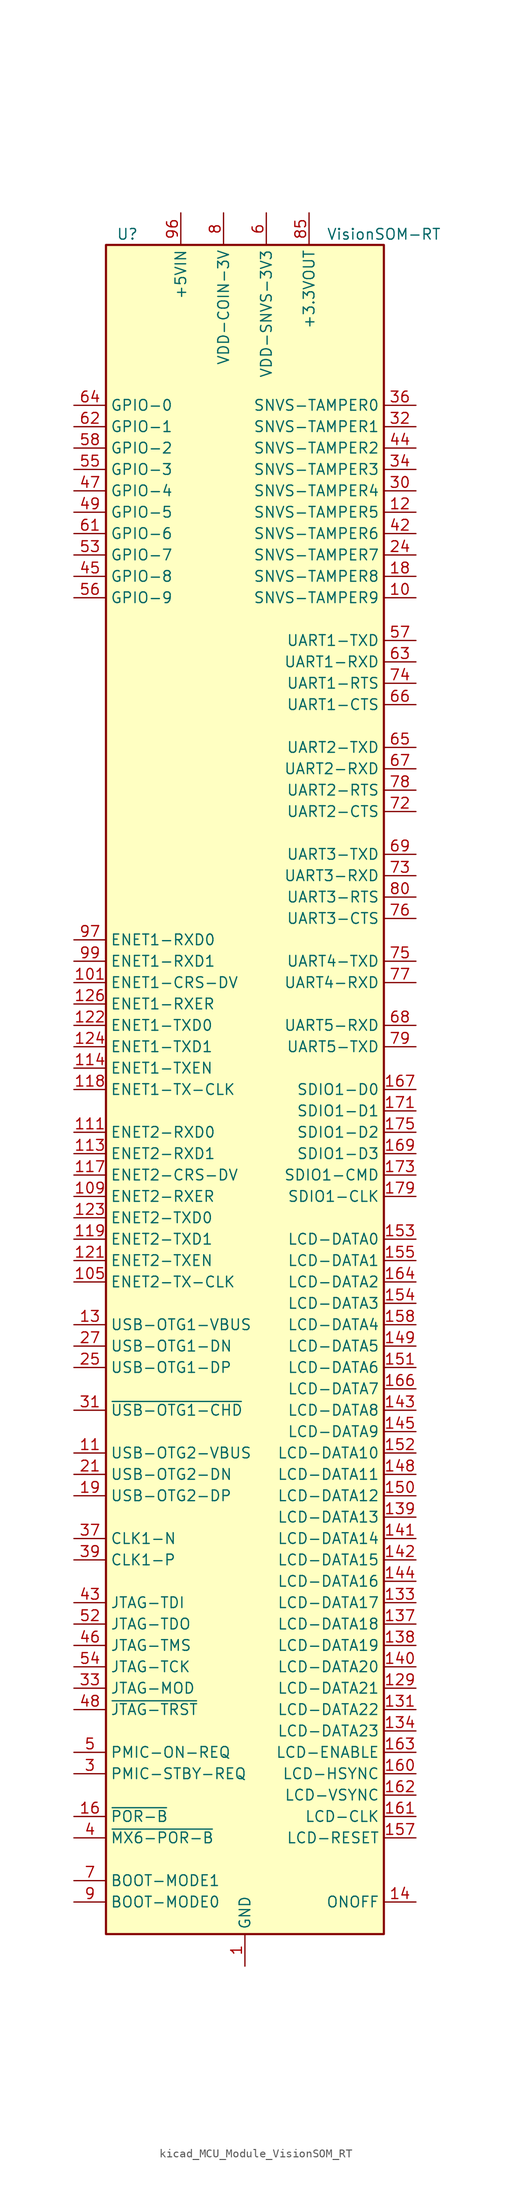
<source format=kicad_sym>
(kicad_symbol_lib
  (version 20220914)
  (generator kicad_symbol_editor)
  (symbol "kicad_MCU_Module_VisionSOM_RT"
    (property "Reference" "U"
      (at -13.97 101.6 0)
      (effects (font (size 1.27 1.27))))
    (property "Value" "VisionSOM-RT"
      (at 16.51 101.6 0)
      (effects (font (size 1.27 1.27))))
    (symbol "kicad_MCU_Module_VisionSOM_RT_0_1"
      (rectangle (start -16.51 100.33) (end 16.51 -100.33) (stroke (width 0.254) (type default)) (fill (type background))))
    (symbol "kicad_MCU_Module_VisionSOM_RT_1_1"
      (pin power_in line (at 0 -104.14 90) (length 3.81) (name "GND" (effects (font (size 1.27 1.27)))) (number "1" (effects (font (size 1.27 1.27)))))
      (pin bidirectional line (at 20.32 58.42 180) (length 3.81) (name "SNVS-TAMPER9" (effects (font (size 1.27 1.27)))) (number "10" (effects (font (size 1.27 1.27)))))
      (pin passive line (at -7.62 104.14 270) (length 3.81) hide (name "+5VIN" (effects (font (size 1.27 1.27)))) (number "100" (effects (font (size 1.27 1.27)))))
      (pin bidirectional line (at -20.32 12.7 0) (length 3.81) (name "ENET1-CRS-DV" (effects (font (size 1.27 1.27)))) (number "101" (effects (font (size 1.27 1.27)))))
      (pin passive line (at -7.62 104.14 270) (length 3.81) hide (name "+5VIN" (effects (font (size 1.27 1.27)))) (number "102" (effects (font (size 1.27 1.27)))))
      (pin passive line (at 0 -104.14 90) (length 3.81) hide (name "GND" (effects (font (size 1.27 1.27)))) (number "103" (effects (font (size 1.27 1.27)))))
      (pin passive line (at -7.62 104.14 270) (length 3.81) hide (name "+5VIN" (effects (font (size 1.27 1.27)))) (number "104" (effects (font (size 1.27 1.27)))))
      (pin bidirectional line (at -20.32 -22.86 0) (length 3.81) (name "ENET2-TX-CLK" (effects (font (size 1.27 1.27)))) (number "105" (effects (font (size 1.27 1.27)))))
      (pin passive line (at -7.62 104.14 270) (length 3.81) hide (name "+5VIN" (effects (font (size 1.27 1.27)))) (number "106" (effects (font (size 1.27 1.27)))))
      (pin passive line (at 0 -104.14 90) (length 3.81) hide (name "GND" (effects (font (size 1.27 1.27)))) (number "107" (effects (font (size 1.27 1.27)))))
      (pin passive line (at -7.62 104.14 270) (length 3.81) hide (name "+5VIN" (effects (font (size 1.27 1.27)))) (number "108" (effects (font (size 1.27 1.27)))))
      (pin bidirectional line (at -20.32 -12.7 0) (length 3.81) (name "ENET2-RXER" (effects (font (size 1.27 1.27)))) (number "109" (effects (font (size 1.27 1.27)))))
      (pin input line (at -20.32 -43.18 0) (length 3.81) (name "USB-OTG2-VBUS" (effects (font (size 1.27 1.27)))) (number "11" (effects (font (size 1.27 1.27)))))
      (pin passive line (at -7.62 104.14 270) (length 3.81) hide (name "+5VIN" (effects (font (size 1.27 1.27)))) (number "110" (effects (font (size 1.27 1.27)))))
      (pin bidirectional line (at -20.32 -5.08 0) (length 3.81) (name "ENET2-RXD0" (effects (font (size 1.27 1.27)))) (number "111" (effects (font (size 1.27 1.27)))))
      (pin passive line (at -7.62 104.14 270) (length 3.81) hide (name "+5VIN" (effects (font (size 1.27 1.27)))) (number "112" (effects (font (size 1.27 1.27)))))
      (pin bidirectional line (at -20.32 -7.62 0) (length 3.81) (name "ENET2-RXD1" (effects (font (size 1.27 1.27)))) (number "113" (effects (font (size 1.27 1.27)))))
      (pin bidirectional line (at -20.32 2.54 0) (length 3.81) (name "ENET1-TXEN" (effects (font (size 1.27 1.27)))) (number "114" (effects (font (size 1.27 1.27)))))
      (pin passive line (at 0 -104.14 90) (length 3.81) hide (name "GND" (effects (font (size 1.27 1.27)))) (number "115" (effects (font (size 1.27 1.27)))))
      (pin passive line (at 0 -104.14 90) (length 3.81) hide (name "GND" (effects (font (size 1.27 1.27)))) (number "116" (effects (font (size 1.27 1.27)))))
      (pin bidirectional line (at -20.32 -10.16 0) (length 3.81) (name "ENET2-CRS-DV" (effects (font (size 1.27 1.27)))) (number "117" (effects (font (size 1.27 1.27)))))
      (pin bidirectional line (at -20.32 0 0) (length 3.81) (name "ENET1-TX-CLK" (effects (font (size 1.27 1.27)))) (number "118" (effects (font (size 1.27 1.27)))))
      (pin bidirectional line (at -20.32 -17.78 0) (length 3.81) (name "ENET2-TXD1" (effects (font (size 1.27 1.27)))) (number "119" (effects (font (size 1.27 1.27)))))
      (pin bidirectional line (at 20.32 68.58 180) (length 3.81) (name "SNVS-TAMPER5" (effects (font (size 1.27 1.27)))) (number "12" (effects (font (size 1.27 1.27)))))
      (pin passive line (at 0 -104.14 90) (length 3.81) hide (name "GND" (effects (font (size 1.27 1.27)))) (number "120" (effects (font (size 1.27 1.27)))))
      (pin bidirectional line (at -20.32 -20.32 0) (length 3.81) (name "ENET2-TXEN" (effects (font (size 1.27 1.27)))) (number "121" (effects (font (size 1.27 1.27)))))
      (pin bidirectional line (at -20.32 7.62 0) (length 3.81) (name "ENET1-TXD0" (effects (font (size 1.27 1.27)))) (number "122" (effects (font (size 1.27 1.27)))))
      (pin bidirectional line (at -20.32 -15.24 0) (length 3.81) (name "ENET2-TXD0" (effects (font (size 1.27 1.27)))) (number "123" (effects (font (size 1.27 1.27)))))
      (pin bidirectional line (at -20.32 5.08 0) (length 3.81) (name "ENET1-TXD1" (effects (font (size 1.27 1.27)))) (number "124" (effects (font (size 1.27 1.27)))))
      (pin passive line (at 0 -104.14 90) (length 3.81) hide (name "GND" (effects (font (size 1.27 1.27)))) (number "125" (effects (font (size 1.27 1.27)))))
      (pin bidirectional line (at -20.32 10.16 0) (length 3.81) (name "ENET1-RXER" (effects (font (size 1.27 1.27)))) (number "126" (effects (font (size 1.27 1.27)))))
      (pin passive line (at 0 -104.14 90) (length 3.81) hide (name "GND" (effects (font (size 1.27 1.27)))) (number "127" (effects (font (size 1.27 1.27)))))
      (pin passive line (at 0 -104.14 90) (length 3.81) hide (name "GND" (effects (font (size 1.27 1.27)))) (number "128" (effects (font (size 1.27 1.27)))))
      (pin bidirectional line (at 20.32 -71.12 180) (length 3.81) (name "LCD-DATA21" (effects (font (size 1.27 1.27)))) (number "129" (effects (font (size 1.27 1.27)))))
      (pin input line (at -20.32 -27.94 0) (length 3.81) (name "USB-OTG1-VBUS" (effects (font (size 1.27 1.27)))) (number "13" (effects (font (size 1.27 1.27)))))
      (pin passive line (at 0 -104.14 90) (length 3.81) hide (name "GND" (effects (font (size 1.27 1.27)))) (number "130" (effects (font (size 1.27 1.27)))))
      (pin bidirectional line (at 20.32 -73.66 180) (length 3.81) (name "LCD-DATA22" (effects (font (size 1.27 1.27)))) (number "131" (effects (font (size 1.27 1.27)))))
      (pin passive line (at 0 -104.14 90) (length 3.81) hide (name "GND" (effects (font (size 1.27 1.27)))) (number "132" (effects (font (size 1.27 1.27)))))
      (pin bidirectional line (at 20.32 -60.96 180) (length 3.81) (name "LCD-DATA17" (effects (font (size 1.27 1.27)))) (number "133" (effects (font (size 1.27 1.27)))))
      (pin bidirectional line (at 20.32 -76.2 180) (length 3.81) (name "LCD-DATA23" (effects (font (size 1.27 1.27)))) (number "134" (effects (font (size 1.27 1.27)))))
      (pin passive line (at 0 -104.14 90) (length 3.81) hide (name "GND" (effects (font (size 1.27 1.27)))) (number "135" (effects (font (size 1.27 1.27)))))
      (pin passive line (at 0 -104.14 90) (length 3.81) hide (name "GND" (effects (font (size 1.27 1.27)))) (number "136" (effects (font (size 1.27 1.27)))))
      (pin bidirectional line (at 20.32 -63.5 180) (length 3.81) (name "LCD-DATA18" (effects (font (size 1.27 1.27)))) (number "137" (effects (font (size 1.27 1.27)))))
      (pin bidirectional line (at 20.32 -66.04 180) (length 3.81) (name "LCD-DATA19" (effects (font (size 1.27 1.27)))) (number "138" (effects (font (size 1.27 1.27)))))
      (pin bidirectional line (at 20.32 -50.8 180) (length 3.81) (name "LCD-DATA13" (effects (font (size 1.27 1.27)))) (number "139" (effects (font (size 1.27 1.27)))))
      (pin input line (at 20.32 -96.52 180) (length 3.81) (name "ONOFF" (effects (font (size 1.27 1.27)))) (number "14" (effects (font (size 1.27 1.27)))))
      (pin bidirectional line (at 20.32 -68.58 180) (length 3.81) (name "LCD-DATA20" (effects (font (size 1.27 1.27)))) (number "140" (effects (font (size 1.27 1.27)))))
      (pin bidirectional line (at 20.32 -53.34 180) (length 3.81) (name "LCD-DATA14" (effects (font (size 1.27 1.27)))) (number "141" (effects (font (size 1.27 1.27)))))
      (pin bidirectional line (at 20.32 -55.88 180) (length 3.81) (name "LCD-DATA15" (effects (font (size 1.27 1.27)))) (number "142" (effects (font (size 1.27 1.27)))))
      (pin bidirectional line (at 20.32 -38.1 180) (length 3.81) (name "LCD-DATA8" (effects (font (size 1.27 1.27)))) (number "143" (effects (font (size 1.27 1.27)))))
      (pin bidirectional line (at 20.32 -58.42 180) (length 3.81) (name "LCD-DATA16" (effects (font (size 1.27 1.27)))) (number "144" (effects (font (size 1.27 1.27)))))
      (pin bidirectional line (at 20.32 -40.64 180) (length 3.81) (name "LCD-DATA9" (effects (font (size 1.27 1.27)))) (number "145" (effects (font (size 1.27 1.27)))))
      (pin passive line (at 0 -104.14 90) (length 3.81) hide (name "GND" (effects (font (size 1.27 1.27)))) (number "146" (effects (font (size 1.27 1.27)))))
      (pin passive line (at 0 -104.14 90) (length 3.81) hide (name "GND" (effects (font (size 1.27 1.27)))) (number "147" (effects (font (size 1.27 1.27)))))
      (pin bidirectional line (at 20.32 -45.72 180) (length 3.81) (name "LCD-DATA11" (effects (font (size 1.27 1.27)))) (number "148" (effects (font (size 1.27 1.27)))))
      (pin bidirectional line (at 20.32 -30.48 180) (length 3.81) (name "LCD-DATA5" (effects (font (size 1.27 1.27)))) (number "149" (effects (font (size 1.27 1.27)))))
      (pin passive line (at 0 -104.14 90) (length 3.81) hide (name "GND" (effects (font (size 1.27 1.27)))) (number "15" (effects (font (size 1.27 1.27)))))
      (pin bidirectional line (at 20.32 -48.26 180) (length 3.81) (name "LCD-DATA12" (effects (font (size 1.27 1.27)))) (number "150" (effects (font (size 1.27 1.27)))))
      (pin bidirectional line (at 20.32 -33.02 180) (length 3.81) (name "LCD-DATA6" (effects (font (size 1.27 1.27)))) (number "151" (effects (font (size 1.27 1.27)))))
      (pin bidirectional line (at 20.32 -43.18 180) (length 3.81) (name "LCD-DATA10" (effects (font (size 1.27 1.27)))) (number "152" (effects (font (size 1.27 1.27)))))
      (pin bidirectional line (at 20.32 -17.78 180) (length 3.81) (name "LCD-DATA0" (effects (font (size 1.27 1.27)))) (number "153" (effects (font (size 1.27 1.27)))))
      (pin bidirectional line (at 20.32 -25.4 180) (length 3.81) (name "LCD-DATA3" (effects (font (size 1.27 1.27)))) (number "154" (effects (font (size 1.27 1.27)))))
      (pin bidirectional line (at 20.32 -20.32 180) (length 3.81) (name "LCD-DATA1" (effects (font (size 1.27 1.27)))) (number "155" (effects (font (size 1.27 1.27)))))
      (pin passive line (at 0 -104.14 90) (length 3.81) hide (name "GND" (effects (font (size 1.27 1.27)))) (number "156" (effects (font (size 1.27 1.27)))))
      (pin bidirectional line (at 20.32 -88.9 180) (length 3.81) (name "LCD-RESET" (effects (font (size 1.27 1.27)))) (number "157" (effects (font (size 1.27 1.27)))))
      (pin bidirectional line (at 20.32 -27.94 180) (length 3.81) (name "LCD-DATA4" (effects (font (size 1.27 1.27)))) (number "158" (effects (font (size 1.27 1.27)))))
      (pin passive line (at 0 -104.14 90) (length 3.81) hide (name "GND" (effects (font (size 1.27 1.27)))) (number "159" (effects (font (size 1.27 1.27)))))
      (pin input line (at -20.32 -86.36 0) (length 3.81) (name "~{POR-B}" (effects (font (size 1.27 1.27)))) (number "16" (effects (font (size 1.27 1.27)))))
      (pin bidirectional line (at 20.32 -81.28 180) (length 3.81) (name "LCD-HSYNC" (effects (font (size 1.27 1.27)))) (number "160" (effects (font (size 1.27 1.27)))))
      (pin bidirectional line (at 20.32 -86.36 180) (length 3.81) (name "LCD-CLK" (effects (font (size 1.27 1.27)))) (number "161" (effects (font (size 1.27 1.27)))))
      (pin bidirectional line (at 20.32 -83.82 180) (length 3.81) (name "LCD-VSYNC" (effects (font (size 1.27 1.27)))) (number "162" (effects (font (size 1.27 1.27)))))
      (pin bidirectional line (at 20.32 -78.74 180) (length 3.81) (name "LCD-ENABLE" (effects (font (size 1.27 1.27)))) (number "163" (effects (font (size 1.27 1.27)))))
      (pin bidirectional line (at 20.32 -22.86 180) (length 3.81) (name "LCD-DATA2" (effects (font (size 1.27 1.27)))) (number "164" (effects (font (size 1.27 1.27)))))
      (pin passive line (at 0 -104.14 90) (length 3.81) hide (name "GND" (effects (font (size 1.27 1.27)))) (number "165" (effects (font (size 1.27 1.27)))))
      (pin bidirectional line (at 20.32 -35.56 180) (length 3.81) (name "LCD-DATA7" (effects (font (size 1.27 1.27)))) (number "166" (effects (font (size 1.27 1.27)))))
      (pin bidirectional line (at 20.32 0 180) (length 3.81) (name "SDIO1-D0" (effects (font (size 1.27 1.27)))) (number "167" (effects (font (size 1.27 1.27)))))
      (pin passive line (at 0 -104.14 90) (length 3.81) hide (name "GND" (effects (font (size 1.27 1.27)))) (number "168" (effects (font (size 1.27 1.27)))))
      (pin bidirectional line (at 20.32 -7.62 180) (length 3.81) (name "SDIO1-D3" (effects (font (size 1.27 1.27)))) (number "169" (effects (font (size 1.27 1.27)))))
      (pin passive line (at 0 -104.14 90) (length 3.81) hide (name "GND" (effects (font (size 1.27 1.27)))) (number "17" (effects (font (size 1.27 1.27)))))
      (pin passive line (at 0 -104.14 90) (length 3.81) hide (name "GND" (effects (font (size 1.27 1.27)))) (number "170" (effects (font (size 1.27 1.27)))))
      (pin bidirectional line (at 20.32 -2.54 180) (length 3.81) (name "SDIO1-D1" (effects (font (size 1.27 1.27)))) (number "171" (effects (font (size 1.27 1.27)))))
      (pin passive line (at 0 -104.14 90) (length 3.81) hide (name "GND" (effects (font (size 1.27 1.27)))) (number "172" (effects (font (size 1.27 1.27)))))
      (pin bidirectional line (at 20.32 -10.16 180) (length 3.81) (name "SDIO1-CMD" (effects (font (size 1.27 1.27)))) (number "173" (effects (font (size 1.27 1.27)))))
      (pin passive line (at 0 -104.14 90) (length 3.81) hide (name "GND" (effects (font (size 1.27 1.27)))) (number "174" (effects (font (size 1.27 1.27)))))
      (pin bidirectional line (at 20.32 -5.08 180) (length 3.81) (name "SDIO1-D2" (effects (font (size 1.27 1.27)))) (number "175" (effects (font (size 1.27 1.27)))))
      (pin no_connect line (at -5.08 -99.06 90) (length 3.81) hide (name "NC" (effects (font (size 1.27 1.27)))) (number "176" (effects (font (size 1.27 1.27)))))
      (pin passive line (at 0 -104.14 90) (length 3.81) hide (name "GND" (effects (font (size 1.27 1.27)))) (number "177" (effects (font (size 1.27 1.27)))))
      (pin no_connect line (at -2.54 -99.06 90) (length 3.81) hide (name "NC" (effects (font (size 1.27 1.27)))) (number "178" (effects (font (size 1.27 1.27)))))
      (pin bidirectional line (at 20.32 -12.7 180) (length 3.81) (name "SDIO1-CLK" (effects (font (size 1.27 1.27)))) (number "179" (effects (font (size 1.27 1.27)))))
      (pin bidirectional line (at 20.32 60.96 180) (length 3.81) (name "SNVS-TAMPER8" (effects (font (size 1.27 1.27)))) (number "18" (effects (font (size 1.27 1.27)))))
      (pin no_connect line (at 2.54 -99.06 90) (length 3.81) hide (name "NC" (effects (font (size 1.27 1.27)))) (number "180" (effects (font (size 1.27 1.27)))))
      (pin passive line (at 0 -104.14 90) (length 3.81) hide (name "GND" (effects (font (size 1.27 1.27)))) (number "181" (effects (font (size 1.27 1.27)))))
      (pin no_connect line (at 5.08 -99.06 90) (length 3.81) hide (name "NC" (effects (font (size 1.27 1.27)))) (number "182" (effects (font (size 1.27 1.27)))))
      (pin no_connect line (at -15.24 22.86 0) (length 3.81) hide (name "NC" (effects (font (size 1.27 1.27)))) (number "183" (effects (font (size 1.27 1.27)))))
      (pin passive line (at 0 -104.14 90) (length 3.81) hide (name "GND" (effects (font (size 1.27 1.27)))) (number "184" (effects (font (size 1.27 1.27)))))
      (pin passive line (at 0 -104.14 90) (length 3.81) hide (name "GND" (effects (font (size 1.27 1.27)))) (number "185" (effects (font (size 1.27 1.27)))))
      (pin no_connect line (at -15.24 35.56 0) (length 3.81) hide (name "NC" (effects (font (size 1.27 1.27)))) (number "186" (effects (font (size 1.27 1.27)))))
      (pin no_connect line (at -15.24 25.4 0) (length 3.81) hide (name "NC" (effects (font (size 1.27 1.27)))) (number "187" (effects (font (size 1.27 1.27)))))
      (pin no_connect line (at -15.24 33.02 0) (length 3.81) hide (name "NC" (effects (font (size 1.27 1.27)))) (number "188" (effects (font (size 1.27 1.27)))))
      (pin passive line (at 0 -104.14 90) (length 3.81) hide (name "GND" (effects (font (size 1.27 1.27)))) (number "189" (effects (font (size 1.27 1.27)))))
      (pin bidirectional line (at -20.32 -48.26 0) (length 3.81) (name "USB-OTG2-DP" (effects (font (size 1.27 1.27)))) (number "19" (effects (font (size 1.27 1.27)))))
      (pin no_connect line (at -15.24 38.1 0) (length 3.81) hide (name "NC" (effects (font (size 1.27 1.27)))) (number "190" (effects (font (size 1.27 1.27)))))
      (pin no_connect line (at -15.24 40.64 0) (length 3.81) hide (name "NC" (effects (font (size 1.27 1.27)))) (number "191" (effects (font (size 1.27 1.27)))))
      (pin no_connect line (at -15.24 43.18 0) (length 3.81) hide (name "NC" (effects (font (size 1.27 1.27)))) (number "192" (effects (font (size 1.27 1.27)))))
      (pin no_connect line (at -15.24 48.26 0) (length 3.81) hide (name "NC" (effects (font (size 1.27 1.27)))) (number "193" (effects (font (size 1.27 1.27)))))
      (pin no_connect line (at -15.24 45.72 0) (length 3.81) hide (name "NC" (effects (font (size 1.27 1.27)))) (number "194" (effects (font (size 1.27 1.27)))))
      (pin no_connect line (at -15.24 50.8 0) (length 3.81) hide (name "NC" (effects (font (size 1.27 1.27)))) (number "195" (effects (font (size 1.27 1.27)))))
      (pin no_connect line (at -15.24 53.34 0) (length 3.81) hide (name "NC" (effects (font (size 1.27 1.27)))) (number "196" (effects (font (size 1.27 1.27)))))
      (pin no_connect line (at -15.24 30.48 0) (length 3.81) hide (name "NC" (effects (font (size 1.27 1.27)))) (number "197" (effects (font (size 1.27 1.27)))))
      (pin no_connect line (at -15.24 27.94 0) (length 3.81) hide (name "NC" (effects (font (size 1.27 1.27)))) (number "198" (effects (font (size 1.27 1.27)))))
      (pin passive line (at 0 -104.14 90) (length 3.81) hide (name "GND" (effects (font (size 1.27 1.27)))) (number "199" (effects (font (size 1.27 1.27)))))
      (pin passive line (at 0 -104.14 90) (length 3.81) hide (name "GND" (effects (font (size 1.27 1.27)))) (number "2" (effects (font (size 1.27 1.27)))))
      (pin passive line (at 0 -104.14 90) (length 3.81) hide (name "GND" (effects (font (size 1.27 1.27)))) (number "20" (effects (font (size 1.27 1.27)))))
      (pin passive line (at 0 -104.14 90) (length 3.81) hide (name "GND" (effects (font (size 1.27 1.27)))) (number "200" (effects (font (size 1.27 1.27)))))
      (pin bidirectional line (at -20.32 -45.72 0) (length 3.81) (name "USB-OTG2-DN" (effects (font (size 1.27 1.27)))) (number "21" (effects (font (size 1.27 1.27)))))
      (pin passive line (at 0 -104.14 90) (length 3.81) hide (name "GND" (effects (font (size 1.27 1.27)))) (number "22" (effects (font (size 1.27 1.27)))))
      (pin passive line (at 0 -104.14 90) (length 3.81) hide (name "GND" (effects (font (size 1.27 1.27)))) (number "23" (effects (font (size 1.27 1.27)))))
      (pin bidirectional line (at 20.32 63.5 180) (length 3.81) (name "SNVS-TAMPER7" (effects (font (size 1.27 1.27)))) (number "24" (effects (font (size 1.27 1.27)))))
      (pin bidirectional line (at -20.32 -33.02 0) (length 3.81) (name "USB-OTG1-DP" (effects (font (size 1.27 1.27)))) (number "25" (effects (font (size 1.27 1.27)))))
      (pin passive line (at 0 -104.14 90) (length 3.81) hide (name "GND" (effects (font (size 1.27 1.27)))) (number "26" (effects (font (size 1.27 1.27)))))
      (pin bidirectional line (at -20.32 -30.48 0) (length 3.81) (name "USB-OTG1-DN" (effects (font (size 1.27 1.27)))) (number "27" (effects (font (size 1.27 1.27)))))
      (pin passive line (at 0 -104.14 90) (length 3.81) hide (name "GND" (effects (font (size 1.27 1.27)))) (number "28" (effects (font (size 1.27 1.27)))))
      (pin passive line (at 0 -104.14 90) (length 3.81) hide (name "GND" (effects (font (size 1.27 1.27)))) (number "29" (effects (font (size 1.27 1.27)))))
      (pin output line (at -20.32 -81.28 0) (length 3.81) (name "PMIC-STBY-REQ" (effects (font (size 1.27 1.27)))) (number "3" (effects (font (size 1.27 1.27)))))
      (pin bidirectional line (at 20.32 71.12 180) (length 3.81) (name "SNVS-TAMPER4" (effects (font (size 1.27 1.27)))) (number "30" (effects (font (size 1.27 1.27)))))
      (pin open_collector line (at -20.32 -38.1 0) (length 3.81) (name "~{USB-OTG1-CHD}" (effects (font (size 1.27 1.27)))) (number "31" (effects (font (size 1.27 1.27)))))
      (pin bidirectional line (at 20.32 78.74 180) (length 3.81) (name "SNVS-TAMPER1" (effects (font (size 1.27 1.27)))) (number "32" (effects (font (size 1.27 1.27)))))
      (pin bidirectional line (at -20.32 -71.12 0) (length 3.81) (name "JTAG-MOD" (effects (font (size 1.27 1.27)))) (number "33" (effects (font (size 1.27 1.27)))))
      (pin bidirectional line (at 20.32 73.66 180) (length 3.81) (name "SNVS-TAMPER3" (effects (font (size 1.27 1.27)))) (number "34" (effects (font (size 1.27 1.27)))))
      (pin passive line (at 0 -104.14 90) (length 3.81) hide (name "GND" (effects (font (size 1.27 1.27)))) (number "35" (effects (font (size 1.27 1.27)))))
      (pin bidirectional line (at 20.32 81.28 180) (length 3.81) (name "SNVS-TAMPER0" (effects (font (size 1.27 1.27)))) (number "36" (effects (font (size 1.27 1.27)))))
      (pin bidirectional line (at -20.32 -53.34 0) (length 3.81) (name "CLK1-N" (effects (font (size 1.27 1.27)))) (number "37" (effects (font (size 1.27 1.27)))))
      (pin passive line (at 0 -104.14 90) (length 3.81) hide (name "GND" (effects (font (size 1.27 1.27)))) (number "38" (effects (font (size 1.27 1.27)))))
      (pin bidirectional line (at -20.32 -55.88 0) (length 3.81) (name "CLK1-P" (effects (font (size 1.27 1.27)))) (number "39" (effects (font (size 1.27 1.27)))))
      (pin input line (at -20.32 -88.9 0) (length 3.81) (name "~{MX6-POR-B}" (effects (font (size 1.27 1.27)))) (number "4" (effects (font (size 1.27 1.27)))))
      (pin passive line (at 0 -104.14 90) (length 3.81) hide (name "GND" (effects (font (size 1.27 1.27)))) (number "40" (effects (font (size 1.27 1.27)))))
      (pin passive line (at 0 -104.14 90) (length 3.81) hide (name "GND" (effects (font (size 1.27 1.27)))) (number "41" (effects (font (size 1.27 1.27)))))
      (pin bidirectional line (at 20.32 66.04 180) (length 3.81) (name "SNVS-TAMPER6" (effects (font (size 1.27 1.27)))) (number "42" (effects (font (size 1.27 1.27)))))
      (pin bidirectional line (at -20.32 -60.96 0) (length 3.81) (name "JTAG-TDI" (effects (font (size 1.27 1.27)))) (number "43" (effects (font (size 1.27 1.27)))))
      (pin bidirectional line (at 20.32 76.2 180) (length 3.81) (name "SNVS-TAMPER2" (effects (font (size 1.27 1.27)))) (number "44" (effects (font (size 1.27 1.27)))))
      (pin bidirectional line (at -20.32 60.96 0) (length 3.81) (name "GPIO-8" (effects (font (size 1.27 1.27)))) (number "45" (effects (font (size 1.27 1.27)))))
      (pin bidirectional line (at -20.32 -66.04 0) (length 3.81) (name "JTAG-TMS" (effects (font (size 1.27 1.27)))) (number "46" (effects (font (size 1.27 1.27)))))
      (pin bidirectional line (at -20.32 71.12 0) (length 3.81) (name "GPIO-4" (effects (font (size 1.27 1.27)))) (number "47" (effects (font (size 1.27 1.27)))))
      (pin bidirectional line (at -20.32 -73.66 0) (length 3.81) (name "~{JTAG-TRST}" (effects (font (size 1.27 1.27)))) (number "48" (effects (font (size 1.27 1.27)))))
      (pin bidirectional line (at -20.32 68.58 0) (length 3.81) (name "GPIO-5" (effects (font (size 1.27 1.27)))) (number "49" (effects (font (size 1.27 1.27)))))
      (pin output line (at -20.32 -78.74 0) (length 3.81) (name "PMIC-ON-REQ" (effects (font (size 1.27 1.27)))) (number "5" (effects (font (size 1.27 1.27)))))
      (pin passive line (at 0 -104.14 90) (length 3.81) hide (name "GND" (effects (font (size 1.27 1.27)))) (number "50" (effects (font (size 1.27 1.27)))))
      (pin passive line (at 0 -104.14 90) (length 3.81) hide (name "GND" (effects (font (size 1.27 1.27)))) (number "51" (effects (font (size 1.27 1.27)))))
      (pin bidirectional line (at -20.32 -63.5 0) (length 3.81) (name "JTAG-TDO" (effects (font (size 1.27 1.27)))) (number "52" (effects (font (size 1.27 1.27)))))
      (pin bidirectional line (at -20.32 63.5 0) (length 3.81) (name "GPIO-7" (effects (font (size 1.27 1.27)))) (number "53" (effects (font (size 1.27 1.27)))))
      (pin bidirectional line (at -20.32 -68.58 0) (length 3.81) (name "JTAG-TCK" (effects (font (size 1.27 1.27)))) (number "54" (effects (font (size 1.27 1.27)))))
      (pin bidirectional line (at -20.32 73.66 0) (length 3.81) (name "GPIO-3" (effects (font (size 1.27 1.27)))) (number "55" (effects (font (size 1.27 1.27)))))
      (pin bidirectional line (at -20.32 58.42 0) (length 3.81) (name "GPIO-9" (effects (font (size 1.27 1.27)))) (number "56" (effects (font (size 1.27 1.27)))))
      (pin bidirectional line (at 20.32 53.34 180) (length 3.81) (name "UART1-TXD" (effects (font (size 1.27 1.27)))) (number "57" (effects (font (size 1.27 1.27)))))
      (pin bidirectional line (at -20.32 76.2 0) (length 3.81) (name "GPIO-2" (effects (font (size 1.27 1.27)))) (number "58" (effects (font (size 1.27 1.27)))))
      (pin passive line (at 0 -104.14 90) (length 3.81) hide (name "GND" (effects (font (size 1.27 1.27)))) (number "59" (effects (font (size 1.27 1.27)))))
      (pin power_in line (at 2.54 104.14 270) (length 3.81) (name "VDD-SNVS-3V3" (effects (font (size 1.27 1.27)))) (number "6" (effects (font (size 1.27 1.27)))))
      (pin passive line (at 0 -104.14 90) (length 3.81) hide (name "GND" (effects (font (size 1.27 1.27)))) (number "60" (effects (font (size 1.27 1.27)))))
      (pin bidirectional line (at -20.32 66.04 0) (length 3.81) (name "GPIO-6" (effects (font (size 1.27 1.27)))) (number "61" (effects (font (size 1.27 1.27)))))
      (pin bidirectional line (at -20.32 78.74 0) (length 3.81) (name "GPIO-1" (effects (font (size 1.27 1.27)))) (number "62" (effects (font (size 1.27 1.27)))))
      (pin bidirectional line (at 20.32 50.8 180) (length 3.81) (name "UART1-RXD" (effects (font (size 1.27 1.27)))) (number "63" (effects (font (size 1.27 1.27)))))
      (pin bidirectional line (at -20.32 81.28 0) (length 3.81) (name "GPIO-0" (effects (font (size 1.27 1.27)))) (number "64" (effects (font (size 1.27 1.27)))))
      (pin bidirectional line (at 20.32 40.64 180) (length 3.81) (name "UART2-TXD" (effects (font (size 1.27 1.27)))) (number "65" (effects (font (size 1.27 1.27)))))
      (pin bidirectional line (at 20.32 45.72 180) (length 3.81) (name "UART1-CTS" (effects (font (size 1.27 1.27)))) (number "66" (effects (font (size 1.27 1.27)))))
      (pin bidirectional line (at 20.32 38.1 180) (length 3.81) (name "UART2-RXD" (effects (font (size 1.27 1.27)))) (number "67" (effects (font (size 1.27 1.27)))))
      (pin bidirectional line (at 20.32 7.62 180) (length 3.81) (name "UART5-RXD" (effects (font (size 1.27 1.27)))) (number "68" (effects (font (size 1.27 1.27)))))
      (pin bidirectional line (at 20.32 27.94 180) (length 3.81) (name "UART3-TXD" (effects (font (size 1.27 1.27)))) (number "69" (effects (font (size 1.27 1.27)))))
      (pin input line (at -20.32 -93.98 0) (length 3.81) (name "BOOT-MODE1" (effects (font (size 1.27 1.27)))) (number "7" (effects (font (size 1.27 1.27)))))
      (pin passive line (at 0 -104.14 90) (length 3.81) hide (name "GND" (effects (font (size 1.27 1.27)))) (number "70" (effects (font (size 1.27 1.27)))))
      (pin passive line (at 0 -104.14 90) (length 3.81) hide (name "GND" (effects (font (size 1.27 1.27)))) (number "71" (effects (font (size 1.27 1.27)))))
      (pin bidirectional line (at 20.32 33.02 180) (length 3.81) (name "UART2-CTS" (effects (font (size 1.27 1.27)))) (number "72" (effects (font (size 1.27 1.27)))))
      (pin bidirectional line (at 20.32 25.4 180) (length 3.81) (name "UART3-RXD" (effects (font (size 1.27 1.27)))) (number "73" (effects (font (size 1.27 1.27)))))
      (pin bidirectional line (at 20.32 48.26 180) (length 3.81) (name "UART1-RTS" (effects (font (size 1.27 1.27)))) (number "74" (effects (font (size 1.27 1.27)))))
      (pin bidirectional line (at 20.32 15.24 180) (length 3.81) (name "UART4-TXD" (effects (font (size 1.27 1.27)))) (number "75" (effects (font (size 1.27 1.27)))))
      (pin bidirectional line (at 20.32 20.32 180) (length 3.81) (name "UART3-CTS" (effects (font (size 1.27 1.27)))) (number "76" (effects (font (size 1.27 1.27)))))
      (pin bidirectional line (at 20.32 12.7 180) (length 3.81) (name "UART4-RXD" (effects (font (size 1.27 1.27)))) (number "77" (effects (font (size 1.27 1.27)))))
      (pin bidirectional line (at 20.32 35.56 180) (length 3.81) (name "UART2-RTS" (effects (font (size 1.27 1.27)))) (number "78" (effects (font (size 1.27 1.27)))))
      (pin bidirectional line (at 20.32 5.08 180) (length 3.81) (name "UART5-TXD" (effects (font (size 1.27 1.27)))) (number "79" (effects (font (size 1.27 1.27)))))
      (pin power_in line (at -2.54 104.14 270) (length 3.81) (name "VDD-COIN-3V" (effects (font (size 1.27 1.27)))) (number "8" (effects (font (size 1.27 1.27)))))
      (pin bidirectional line (at 20.32 22.86 180) (length 3.81) (name "UART3-RTS" (effects (font (size 1.27 1.27)))) (number "80" (effects (font (size 1.27 1.27)))))
      (pin passive line (at 0 -104.14 90) (length 3.81) hide (name "GND" (effects (font (size 1.27 1.27)))) (number "81" (effects (font (size 1.27 1.27)))))
      (pin passive line (at 0 -104.14 90) (length 3.81) hide (name "GND" (effects (font (size 1.27 1.27)))) (number "82" (effects (font (size 1.27 1.27)))))
      (pin no_connect line (at 15.24 -93.98 180) (length 3.81) hide (name "NC" (effects (font (size 1.27 1.27)))) (number "83" (effects (font (size 1.27 1.27)))))
      (pin passive line (at 0 -104.14 90) (length 3.81) hide (name "GND" (effects (font (size 1.27 1.27)))) (number "84" (effects (font (size 1.27 1.27)))))
      (pin power_out line (at 7.62 104.14 270) (length 3.81) (name "+3.3VOUT" (effects (font (size 1.27 1.27)))) (number "85" (effects (font (size 1.27 1.27)))))
      (pin no_connect line (at -15.24 -76.2 0) (length 2.54) hide (name "NC" (effects (font (size 1.27 1.27)))) (number "86" (effects (font (size 1.27 1.27)))))
      (pin passive line (at 7.62 104.14 270) (length 3.81) hide (name "+3.3VOUT" (effects (font (size 1.27 1.27)))) (number "87" (effects (font (size 1.27 1.27)))))
      (pin passive line (at 7.62 104.14 270) (length 3.81) hide (name "+3.3VOUT" (effects (font (size 1.27 1.27)))) (number "88" (effects (font (size 1.27 1.27)))))
      (pin passive line (at 7.62 104.14 270) (length 3.81) hide (name "+3.3VOUT" (effects (font (size 1.27 1.27)))) (number "89" (effects (font (size 1.27 1.27)))))
      (pin input line (at -20.32 -96.52 0) (length 3.81) (name "BOOT-MODE0" (effects (font (size 1.27 1.27)))) (number "9" (effects (font (size 1.27 1.27)))))
      (pin passive line (at 7.62 104.14 270) (length 3.81) hide (name "+3.3VOUT" (effects (font (size 1.27 1.27)))) (number "90" (effects (font (size 1.27 1.27)))))
      (pin passive line (at 7.62 104.14 270) (length 3.81) hide (name "+3.3VOUT" (effects (font (size 1.27 1.27)))) (number "91" (effects (font (size 1.27 1.27)))))
      (pin passive line (at 7.62 104.14 270) (length 3.81) hide (name "+3.3VOUT" (effects (font (size 1.27 1.27)))) (number "92" (effects (font (size 1.27 1.27)))))
      (pin passive line (at 7.62 104.14 270) (length 3.81) hide (name "+3.3VOUT" (effects (font (size 1.27 1.27)))) (number "93" (effects (font (size 1.27 1.27)))))
      (pin no_connect line (at -15.24 -83.82 0) (length 2.54) hide (name "NC" (effects (font (size 1.27 1.27)))) (number "94" (effects (font (size 1.27 1.27)))))
      (pin no_connect line (at -15.24 -91.44 0) (length 2.54) hide (name "NC" (effects (font (size 1.27 1.27)))) (number "95" (effects (font (size 1.27 1.27)))))
      (pin power_in line (at -7.62 104.14 270) (length 3.81) (name "+5VIN" (effects (font (size 1.27 1.27)))) (number "96" (effects (font (size 1.27 1.27)))))
      (pin bidirectional line (at -20.32 17.78 0) (length 3.81) (name "ENET1-RXD0" (effects (font (size 1.27 1.27)))) (number "97" (effects (font (size 1.27 1.27)))))
      (pin passive line (at -7.62 104.14 270) (length 3.81) hide (name "+5VIN" (effects (font (size 1.27 1.27)))) (number "98" (effects (font (size 1.27 1.27)))))
      (pin bidirectional line (at -20.32 15.24 0) (length 3.81) (name "ENET1-RXD1" (effects (font (size 1.27 1.27)))) (number "99" (effects (font (size 1.27 1.27))))))))
</source>
